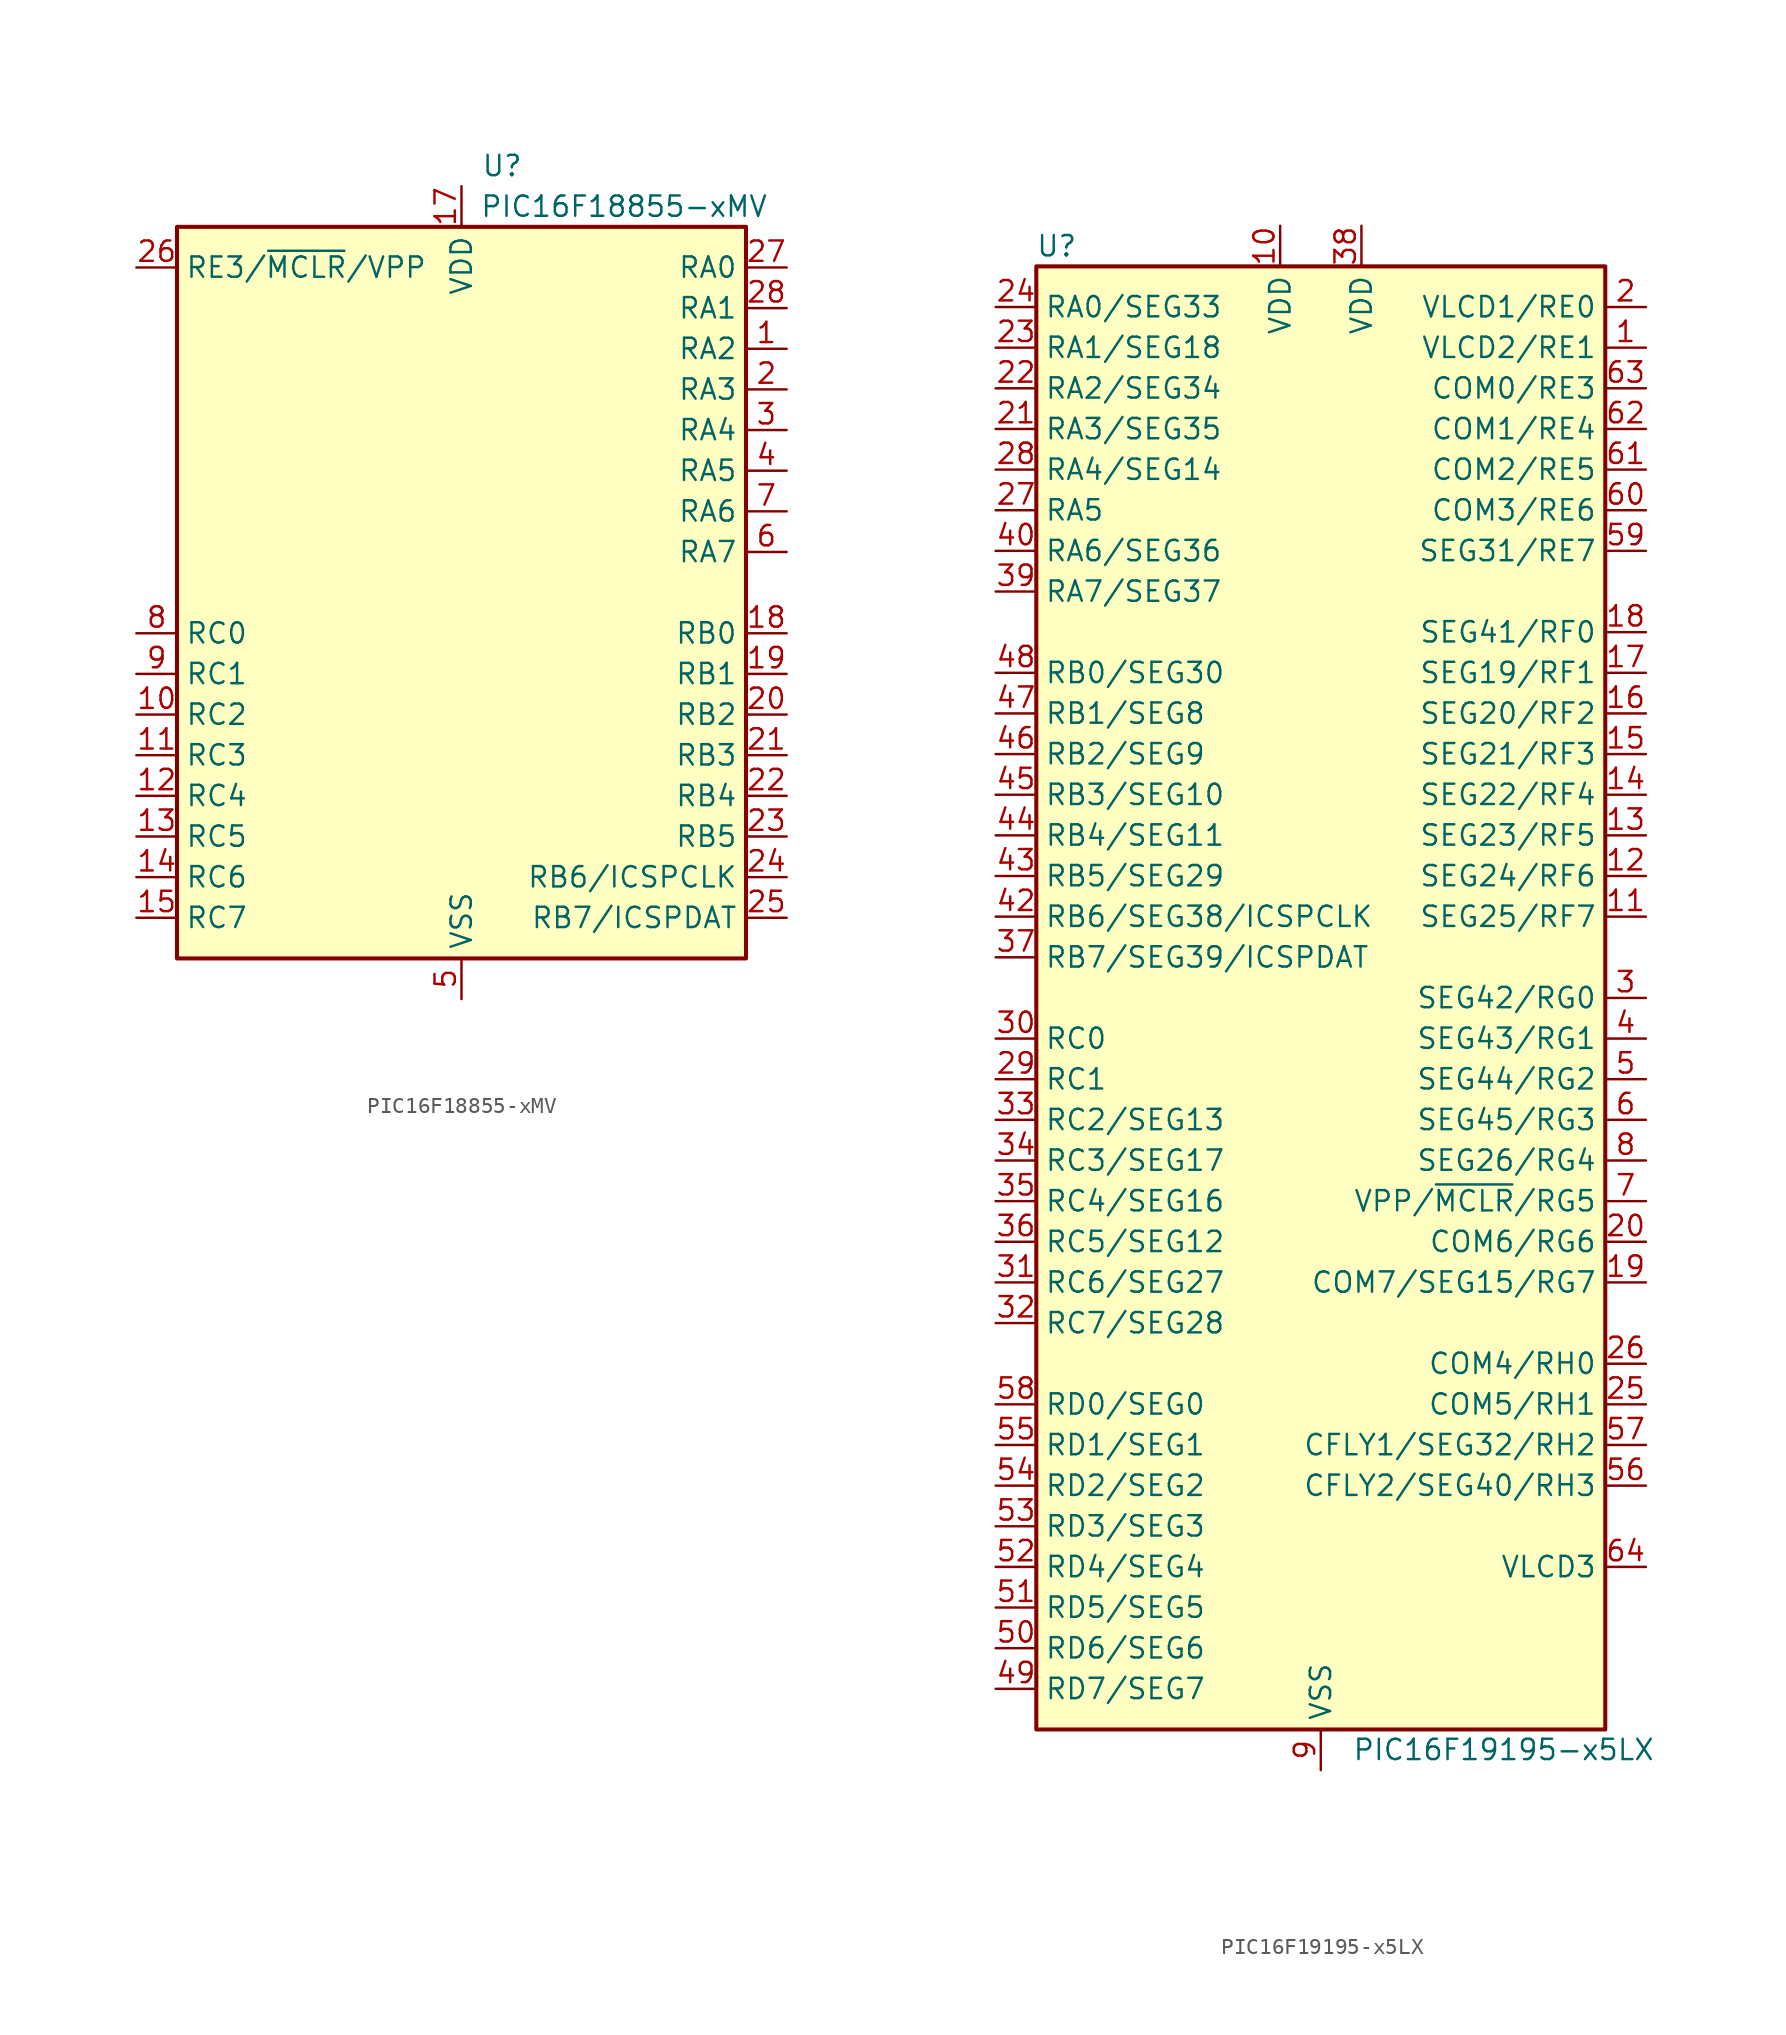
<source format=kicad_sym>
(kicad_symbol_lib
  (version 20241209)
  (generator "kicad_symbol_editor")
  (generator_version "9.0")
  (symbol "PIC16F18855-xMV"
    (property "Reference" "U"
      (at 2.54 26.67 0)
      (effects (font (size 1.27 1.27))))
    (property "Value" "PIC16F18855-xMV"
      (at 10.16 24.13 0)
      (effects (font (size 1.27 1.27))))
    (symbol "PIC16F18855-xMV_0_0"
      (pin passive line (at 0 -25.4 90) (length 2.54) (hide yes) (name "VSS" (effects (font (size 1.27 1.27)))) (number "29" (effects (font (size 1.27 1.27))))))
    (symbol "PIC16F18855-xMV_0_1"
      (rectangle (start -17.78 22.86) (end 17.78 -22.86) (stroke (width 0.254) (type default)) (fill (type background))))
    (symbol "PIC16F18855-xMV_1_1"
      (pin input line (at -20.32 20.32 0) (length 2.54) (name "RE3/~{MCLR}/VPP" (effects (font (size 1.27 1.27)))) (number "26" (effects (font (size 1.27 1.27)))))
      (pin bidirectional line (at -20.32 -2.54 0) (length 2.54) (name "RC0" (effects (font (size 1.27 1.27)))) (number "8" (effects (font (size 1.27 1.27)))))
      (pin bidirectional line (at -20.32 -5.08 0) (length 2.54) (name "RC1" (effects (font (size 1.27 1.27)))) (number "9" (effects (font (size 1.27 1.27)))))
      (pin bidirectional line (at -20.32 -7.62 0) (length 2.54) (name "RC2" (effects (font (size 1.27 1.27)))) (number "10" (effects (font (size 1.27 1.27)))))
      (pin bidirectional line (at -20.32 -10.16 0) (length 2.54) (name "RC3" (effects (font (size 1.27 1.27)))) (number "11" (effects (font (size 1.27 1.27)))))
      (pin bidirectional line (at -20.32 -12.7 0) (length 2.54) (name "RC4" (effects (font (size 1.27 1.27)))) (number "12" (effects (font (size 1.27 1.27)))))
      (pin bidirectional line (at -20.32 -15.24 0) (length 2.54) (name "RC5" (effects (font (size 1.27 1.27)))) (number "13" (effects (font (size 1.27 1.27)))))
      (pin bidirectional line (at -20.32 -17.78 0) (length 2.54) (name "RC6" (effects (font (size 1.27 1.27)))) (number "14" (effects (font (size 1.27 1.27)))))
      (pin bidirectional line (at -20.32 -20.32 0) (length 2.54) (name "RC7" (effects (font (size 1.27 1.27)))) (number "15" (effects (font (size 1.27 1.27)))))
      (pin power_in line (at 0 25.4 270) (length 2.54) (name "VDD" (effects (font (size 1.27 1.27)))) (number "17" (effects (font (size 1.27 1.27)))))
      (pin passive line (at 0 -25.4 90) (length 2.54) (hide yes) (name "VSS" (effects (font (size 1.27 1.27)))) (number "16" (effects (font (size 1.27 1.27)))))
      (pin power_in line (at 0 -25.4 90) (length 2.54) (name "VSS" (effects (font (size 1.27 1.27)))) (number "5" (effects (font (size 1.27 1.27)))))
      (pin bidirectional line (at 20.32 20.32 180) (length 2.54) (name "RA0" (effects (font (size 1.27 1.27)))) (number "27" (effects (font (size 1.27 1.27)))))
      (pin bidirectional line (at 20.32 17.78 180) (length 2.54) (name "RA1" (effects (font (size 1.27 1.27)))) (number "28" (effects (font (size 1.27 1.27)))))
      (pin bidirectional line (at 20.32 15.24 180) (length 2.54) (name "RA2" (effects (font (size 1.27 1.27)))) (number "1" (effects (font (size 1.27 1.27)))))
      (pin bidirectional line (at 20.32 12.7 180) (length 2.54) (name "RA3" (effects (font (size 1.27 1.27)))) (number "2" (effects (font (size 1.27 1.27)))))
      (pin bidirectional line (at 20.32 10.16 180) (length 2.54) (name "RA4" (effects (font (size 1.27 1.27)))) (number "3" (effects (font (size 1.27 1.27)))))
      (pin bidirectional line (at 20.32 7.62 180) (length 2.54) (name "RA5" (effects (font (size 1.27 1.27)))) (number "4" (effects (font (size 1.27 1.27)))))
      (pin bidirectional line (at 20.32 5.08 180) (length 2.54) (name "RA6" (effects (font (size 1.27 1.27)))) (number "7" (effects (font (size 1.27 1.27)))))
      (pin bidirectional line (at 20.32 2.54 180) (length 2.54) (name "RA7" (effects (font (size 1.27 1.27)))) (number "6" (effects (font (size 1.27 1.27)))))
      (pin bidirectional line (at 20.32 -2.54 180) (length 2.54) (name "RB0" (effects (font (size 1.27 1.27)))) (number "18" (effects (font (size 1.27 1.27)))))
      (pin bidirectional line (at 20.32 -5.08 180) (length 2.54) (name "RB1" (effects (font (size 1.27 1.27)))) (number "19" (effects (font (size 1.27 1.27)))))
      (pin bidirectional line (at 20.32 -7.62 180) (length 2.54) (name "RB2" (effects (font (size 1.27 1.27)))) (number "20" (effects (font (size 1.27 1.27)))))
      (pin bidirectional line (at 20.32 -10.16 180) (length 2.54) (name "RB3" (effects (font (size 1.27 1.27)))) (number "21" (effects (font (size 1.27 1.27)))))
      (pin bidirectional line (at 20.32 -12.7 180) (length 2.54) (name "RB4" (effects (font (size 1.27 1.27)))) (number "22" (effects (font (size 1.27 1.27)))))
      (pin bidirectional line (at 20.32 -15.24 180) (length 2.54) (name "RB5" (effects (font (size 1.27 1.27)))) (number "23" (effects (font (size 1.27 1.27)))))
      (pin bidirectional line (at 20.32 -17.78 180) (length 2.54) (name "RB6/ICSPCLK" (effects (font (size 1.27 1.27)))) (number "24" (effects (font (size 1.27 1.27)))))
      (pin bidirectional line (at 20.32 -20.32 180) (length 2.54) (name "RB7/ICSPDAT" (effects (font (size 1.27 1.27)))) (number "25" (effects (font (size 1.27 1.27)))))))
  (symbol "PIC16F19195-x5LX"
    (property "Reference" "U"
      (at -16.51 46.99 0)
      (effects (font (size 1.27 1.27))))
    (property "Value" "PIC16F19195-x5LX"
      (at 11.43 -46.99 0)
      (effects (font (size 1.27 1.27))))
    (symbol "PIC16F19195-x5LX_0_1"
      (rectangle (start -17.78 45.72) (end 17.78 -45.72) (stroke (width 0.254) (type default)) (fill (type background))))
    (symbol "PIC16F19195-x5LX_1_1"
      (pin bidirectional line (at -20.32 43.18 0) (length 2.54) (name "RA0/SEG33" (effects (font (size 1.27 1.27)))) (number "24" (effects (font (size 1.27 1.27)))))
      (pin bidirectional line (at -20.32 40.64 0) (length 2.54) (name "RA1/SEG18" (effects (font (size 1.27 1.27)))) (number "23" (effects (font (size 1.27 1.27)))))
      (pin bidirectional line (at -20.32 38.1 0) (length 2.54) (name "RA2/SEG34" (effects (font (size 1.27 1.27)))) (number "22" (effects (font (size 1.27 1.27)))))
      (pin bidirectional line (at -20.32 35.56 0) (length 2.54) (name "RA3/SEG35" (effects (font (size 1.27 1.27)))) (number "21" (effects (font (size 1.27 1.27)))))
      (pin bidirectional line (at -20.32 33.02 0) (length 2.54) (name "RA4/SEG14" (effects (font (size 1.27 1.27)))) (number "28" (effects (font (size 1.27 1.27)))))
      (pin bidirectional line (at -20.32 30.48 0) (length 2.54) (name "RA5" (effects (font (size 1.27 1.27)))) (number "27" (effects (font (size 1.27 1.27)))))
      (pin bidirectional line (at -20.32 27.94 0) (length 2.54) (name "RA6/SEG36" (effects (font (size 1.27 1.27)))) (number "40" (effects (font (size 1.27 1.27)))))
      (pin bidirectional line (at -20.32 25.4 0) (length 2.54) (name "RA7/SEG37" (effects (font (size 1.27 1.27)))) (number "39" (effects (font (size 1.27 1.27)))))
      (pin bidirectional line (at -20.32 20.32 0) (length 2.54) (name "RB0/SEG30" (effects (font (size 1.27 1.27)))) (number "48" (effects (font (size 1.27 1.27)))))
      (pin bidirectional line (at -20.32 17.78 0) (length 2.54) (name "RB1/SEG8" (effects (font (size 1.27 1.27)))) (number "47" (effects (font (size 1.27 1.27)))))
      (pin bidirectional line (at -20.32 15.24 0) (length 2.54) (name "RB2/SEG9" (effects (font (size 1.27 1.27)))) (number "46" (effects (font (size 1.27 1.27)))))
      (pin bidirectional line (at -20.32 12.7 0) (length 2.54) (name "RB3/SEG10" (effects (font (size 1.27 1.27)))) (number "45" (effects (font (size 1.27 1.27)))))
      (pin bidirectional line (at -20.32 10.16 0) (length 2.54) (name "RB4/SEG11" (effects (font (size 1.27 1.27)))) (number "44" (effects (font (size 1.27 1.27)))))
      (pin bidirectional line (at -20.32 7.62 0) (length 2.54) (name "RB5/SEG29" (effects (font (size 1.27 1.27)))) (number "43" (effects (font (size 1.27 1.27)))))
      (pin bidirectional line (at -20.32 5.08 0) (length 2.54) (name "RB6/SEG38/ICSPCLK" (effects (font (size 1.27 1.27)))) (number "42" (effects (font (size 1.27 1.27)))))
      (pin bidirectional line (at -20.32 2.54 0) (length 2.54) (name "RB7/SEG39/ICSPDAT" (effects (font (size 1.27 1.27)))) (number "37" (effects (font (size 1.27 1.27)))))
      (pin bidirectional line (at -20.32 -2.54 0) (length 2.54) (name "RC0" (effects (font (size 1.27 1.27)))) (number "30" (effects (font (size 1.27 1.27)))))
      (pin bidirectional line (at -20.32 -5.08 0) (length 2.54) (name "RC1" (effects (font (size 1.27 1.27)))) (number "29" (effects (font (size 1.27 1.27)))))
      (pin bidirectional line (at -20.32 -7.62 0) (length 2.54) (name "RC2/SEG13" (effects (font (size 1.27 1.27)))) (number "33" (effects (font (size 1.27 1.27)))))
      (pin bidirectional line (at -20.32 -10.16 0) (length 2.54) (name "RC3/SEG17" (effects (font (size 1.27 1.27)))) (number "34" (effects (font (size 1.27 1.27)))))
      (pin bidirectional line (at -20.32 -12.7 0) (length 2.54) (name "RC4/SEG16" (effects (font (size 1.27 1.27)))) (number "35" (effects (font (size 1.27 1.27)))))
      (pin bidirectional line (at -20.32 -15.24 0) (length 2.54) (name "RC5/SEG12" (effects (font (size 1.27 1.27)))) (number "36" (effects (font (size 1.27 1.27)))))
      (pin bidirectional line (at -20.32 -17.78 0) (length 2.54) (name "RC6/SEG27" (effects (font (size 1.27 1.27)))) (number "31" (effects (font (size 1.27 1.27)))))
      (pin bidirectional line (at -20.32 -20.32 0) (length 2.54) (name "RC7/SEG28" (effects (font (size 1.27 1.27)))) (number "32" (effects (font (size 1.27 1.27)))))
      (pin bidirectional line (at -20.32 -25.4 0) (length 2.54) (name "RD0/SEG0" (effects (font (size 1.27 1.27)))) (number "58" (effects (font (size 1.27 1.27)))))
      (pin bidirectional line (at -20.32 -27.94 0) (length 2.54) (name "RD1/SEG1" (effects (font (size 1.27 1.27)))) (number "55" (effects (font (size 1.27 1.27)))))
      (pin bidirectional line (at -20.32 -30.48 0) (length 2.54) (name "RD2/SEG2" (effects (font (size 1.27 1.27)))) (number "54" (effects (font (size 1.27 1.27)))))
      (pin bidirectional line (at -20.32 -33.02 0) (length 2.54) (name "RD3/SEG3" (effects (font (size 1.27 1.27)))) (number "53" (effects (font (size 1.27 1.27)))))
      (pin bidirectional line (at -20.32 -35.56 0) (length 2.54) (name "RD4/SEG4" (effects (font (size 1.27 1.27)))) (number "52" (effects (font (size 1.27 1.27)))))
      (pin bidirectional line (at -20.32 -38.1 0) (length 2.54) (name "RD5/SEG5" (effects (font (size 1.27 1.27)))) (number "51" (effects (font (size 1.27 1.27)))))
      (pin bidirectional line (at -20.32 -40.64 0) (length 2.54) (name "RD6/SEG6" (effects (font (size 1.27 1.27)))) (number "50" (effects (font (size 1.27 1.27)))))
      (pin bidirectional line (at -20.32 -43.18 0) (length 2.54) (name "RD7/SEG7" (effects (font (size 1.27 1.27)))) (number "49" (effects (font (size 1.27 1.27)))))
      (pin power_in line (at -2.54 48.26 270) (length 2.54) (name "VDD" (effects (font (size 1.27 1.27)))) (number "10" (effects (font (size 1.27 1.27)))))
      (pin passive line (at 0 -48.26 90) (length 2.54) (hide yes) (name "VSS" (effects (font (size 1.27 1.27)))) (number "41" (effects (font (size 1.27 1.27)))))
      (pin passive line (at 0 -48.26 90) (length 2.54) (hide yes) (name "VSS" (effects (font (size 1.27 1.27)))) (number "65" (effects (font (size 1.27 1.27)))))
      (pin power_in line (at 0 -48.26 90) (length 2.54) (name "VSS" (effects (font (size 1.27 1.27)))) (number "9" (effects (font (size 1.27 1.27)))))
      (pin power_in line (at 2.54 48.26 270) (length 2.54) (name "VDD" (effects (font (size 1.27 1.27)))) (number "38" (effects (font (size 1.27 1.27)))))
      (pin bidirectional line (at 20.32 43.18 180) (length 2.54) (name "VLCD1/RE0" (effects (font (size 1.27 1.27)))) (number "2" (effects (font (size 1.27 1.27)))))
      (pin bidirectional line (at 20.32 40.64 180) (length 2.54) (name "VLCD2/RE1" (effects (font (size 1.27 1.27)))) (number "1" (effects (font (size 1.27 1.27)))))
      (pin bidirectional line (at 20.32 38.1 180) (length 2.54) (name "COM0/RE3" (effects (font (size 1.27 1.27)))) (number "63" (effects (font (size 1.27 1.27)))))
      (pin bidirectional line (at 20.32 35.56 180) (length 2.54) (name "COM1/RE4" (effects (font (size 1.27 1.27)))) (number "62" (effects (font (size 1.27 1.27)))))
      (pin bidirectional line (at 20.32 33.02 180) (length 2.54) (name "COM2/RE5" (effects (font (size 1.27 1.27)))) (number "61" (effects (font (size 1.27 1.27)))))
      (pin bidirectional line (at 20.32 30.48 180) (length 2.54) (name "COM3/RE6" (effects (font (size 1.27 1.27)))) (number "60" (effects (font (size 1.27 1.27)))))
      (pin bidirectional line (at 20.32 27.94 180) (length 2.54) (name "SEG31/RE7" (effects (font (size 1.27 1.27)))) (number "59" (effects (font (size 1.27 1.27)))))
      (pin bidirectional line (at 20.32 22.86 180) (length 2.54) (name "SEG41/RF0" (effects (font (size 1.27 1.27)))) (number "18" (effects (font (size 1.27 1.27)))))
      (pin bidirectional line (at 20.32 20.32 180) (length 2.54) (name "SEG19/RF1" (effects (font (size 1.27 1.27)))) (number "17" (effects (font (size 1.27 1.27)))))
      (pin bidirectional line (at 20.32 17.78 180) (length 2.54) (name "SEG20/RF2" (effects (font (size 1.27 1.27)))) (number "16" (effects (font (size 1.27 1.27)))))
      (pin bidirectional line (at 20.32 15.24 180) (length 2.54) (name "SEG21/RF3" (effects (font (size 1.27 1.27)))) (number "15" (effects (font (size 1.27 1.27)))))
      (pin bidirectional line (at 20.32 12.7 180) (length 2.54) (name "SEG22/RF4" (effects (font (size 1.27 1.27)))) (number "14" (effects (font (size 1.27 1.27)))))
      (pin bidirectional line (at 20.32 10.16 180) (length 2.54) (name "SEG23/RF5" (effects (font (size 1.27 1.27)))) (number "13" (effects (font (size 1.27 1.27)))))
      (pin bidirectional line (at 20.32 7.62 180) (length 2.54) (name "SEG24/RF6" (effects (font (size 1.27 1.27)))) (number "12" (effects (font (size 1.27 1.27)))))
      (pin bidirectional line (at 20.32 5.08 180) (length 2.54) (name "SEG25/RF7" (effects (font (size 1.27 1.27)))) (number "11" (effects (font (size 1.27 1.27)))))
      (pin bidirectional line (at 20.32 0 180) (length 2.54) (name "SEG42/RG0" (effects (font (size 1.27 1.27)))) (number "3" (effects (font (size 1.27 1.27)))))
      (pin bidirectional line (at 20.32 -2.54 180) (length 2.54) (name "SEG43/RG1" (effects (font (size 1.27 1.27)))) (number "4" (effects (font (size 1.27 1.27)))))
      (pin bidirectional line (at 20.32 -5.08 180) (length 2.54) (name "SEG44/RG2" (effects (font (size 1.27 1.27)))) (number "5" (effects (font (size 1.27 1.27)))))
      (pin bidirectional line (at 20.32 -7.62 180) (length 2.54) (name "SEG45/RG3" (effects (font (size 1.27 1.27)))) (number "6" (effects (font (size 1.27 1.27)))))
      (pin bidirectional line (at 20.32 -10.16 180) (length 2.54) (name "SEG26/RG4" (effects (font (size 1.27 1.27)))) (number "8" (effects (font (size 1.27 1.27)))))
      (pin bidirectional line (at 20.32 -12.7 180) (length 2.54) (name "VPP/~{MCLR}/RG5" (effects (font (size 1.27 1.27)))) (number "7" (effects (font (size 1.27 1.27)))))
      (pin bidirectional line (at 20.32 -15.24 180) (length 2.54) (name "COM6/RG6" (effects (font (size 1.27 1.27)))) (number "20" (effects (font (size 1.27 1.27)))))
      (pin bidirectional line (at 20.32 -17.78 180) (length 2.54) (name "COM7/SEG15/RG7" (effects (font (size 1.27 1.27)))) (number "19" (effects (font (size 1.27 1.27)))))
      (pin bidirectional line (at 20.32 -22.86 180) (length 2.54) (name "COM4/RH0" (effects (font (size 1.27 1.27)))) (number "26" (effects (font (size 1.27 1.27)))))
      (pin bidirectional line (at 20.32 -25.4 180) (length 2.54) (name "COM5/RH1" (effects (font (size 1.27 1.27)))) (number "25" (effects (font (size 1.27 1.27)))))
      (pin bidirectional line (at 20.32 -27.94 180) (length 2.54) (name "CFLY1/SEG32/RH2" (effects (font (size 1.27 1.27)))) (number "57" (effects (font (size 1.27 1.27)))))
      (pin bidirectional line (at 20.32 -30.48 180) (length 2.54) (name "CFLY2/SEG40/RH3" (effects (font (size 1.27 1.27)))) (number "56" (effects (font (size 1.27 1.27)))))
      (pin input line (at 20.32 -35.56 180) (length 2.54) (name "VLCD3" (effects (font (size 1.27 1.27)))) (number "64" (effects (font (size 1.27 1.27))))))))
</source>
